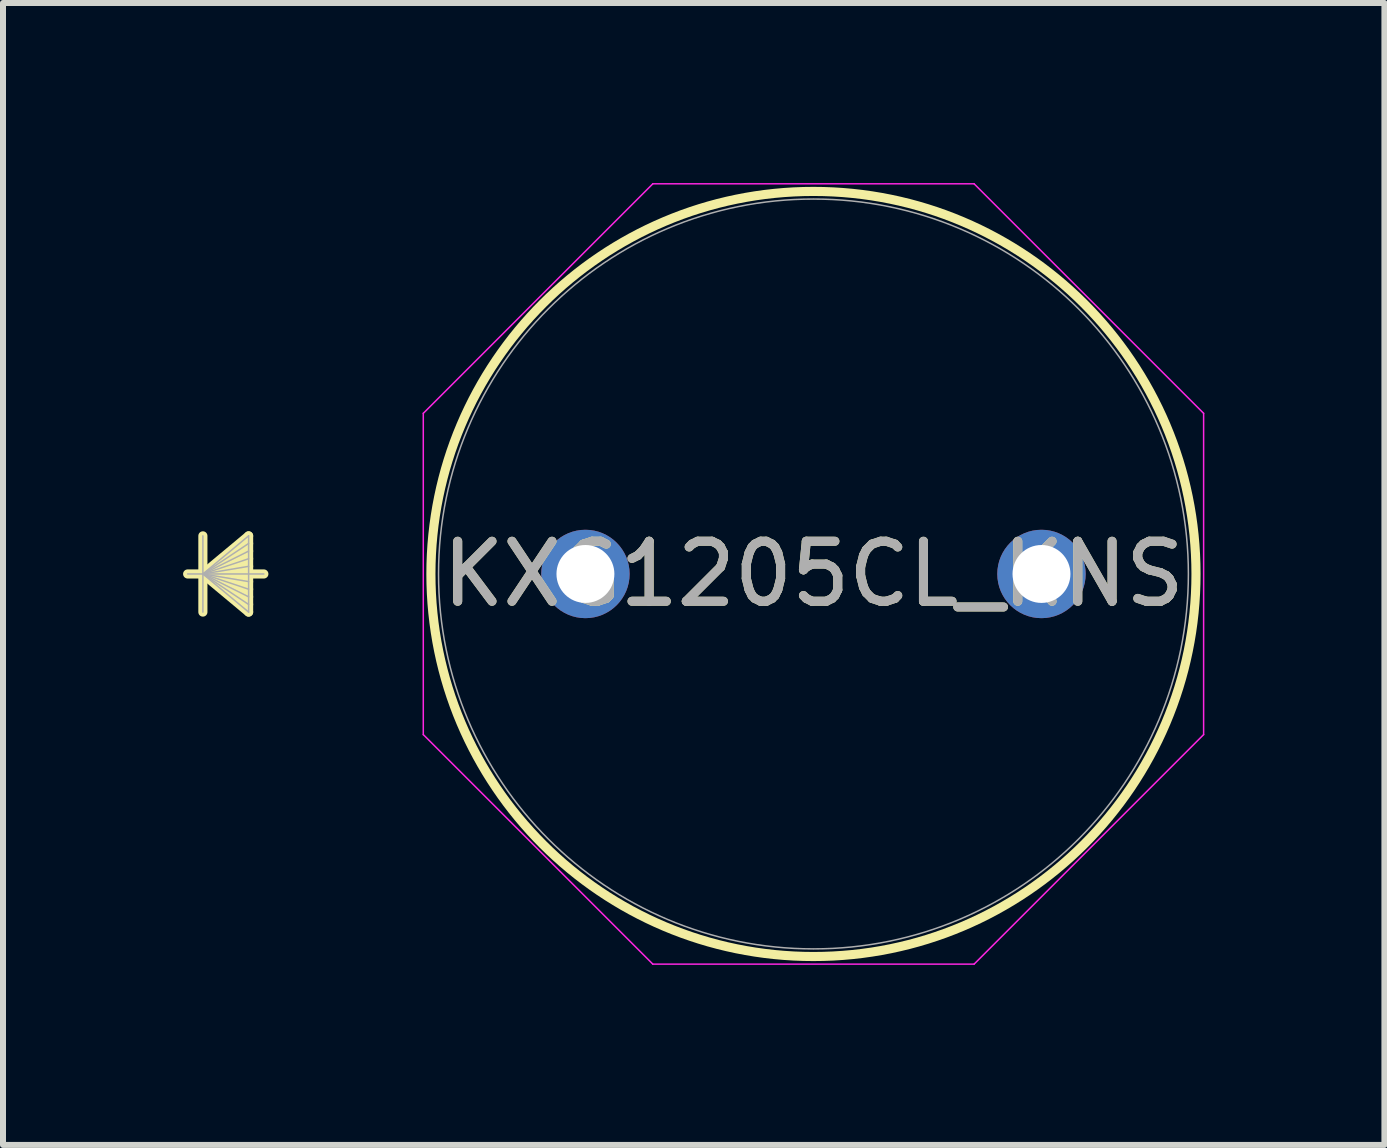
<source format=kicad_pcb>
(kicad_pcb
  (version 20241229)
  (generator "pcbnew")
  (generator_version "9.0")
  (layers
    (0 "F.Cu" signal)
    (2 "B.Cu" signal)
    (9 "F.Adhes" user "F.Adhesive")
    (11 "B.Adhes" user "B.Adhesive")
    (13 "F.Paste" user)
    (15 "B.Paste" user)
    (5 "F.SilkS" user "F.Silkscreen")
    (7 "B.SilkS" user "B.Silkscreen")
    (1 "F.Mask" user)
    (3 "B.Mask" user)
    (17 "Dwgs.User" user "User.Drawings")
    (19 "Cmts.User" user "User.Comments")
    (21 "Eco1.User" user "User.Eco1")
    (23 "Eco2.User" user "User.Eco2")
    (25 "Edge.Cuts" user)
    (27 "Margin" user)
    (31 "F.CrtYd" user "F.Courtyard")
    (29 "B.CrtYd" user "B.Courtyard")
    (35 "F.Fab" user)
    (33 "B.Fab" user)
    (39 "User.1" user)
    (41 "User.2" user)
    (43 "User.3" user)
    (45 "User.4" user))
  (footprint "KXG1205CL_KNS"
    (layer "F.Cu")
    (at 6.706 6.515)
    (property "Reference" "KXG1205CL_KNS" (at 3.8 0 0) (unlocked yes) (layer "F.SilkS") (effects (font (size 1 1) (thickness 0.15))))
    (attr through_hole)
    (fp_line (start -6.375 -0.635) (end -6.375 0.635) (stroke (width 0.152) (type solid)) (layer "F.SilkS"))
    (fp_line (start -6.375 0) (end -5.613 -0.635) (stroke (width 0.152) (type solid)) (layer "F.SilkS"))
    (fp_line (start -6.375 0) (end -5.613 -0.508) (stroke (width 0.152) (type solid)) (layer "F.SilkS"))
    (fp_line (start -6.375 0) (end -5.613 -0.381) (stroke (width 0.152) (type solid)) (layer "F.SilkS"))
    (fp_line (start -6.375 0) (end -5.613 -0.254) (stroke (width 0.152) (type solid)) (layer "F.SilkS"))
    (fp_line (start -6.375 0) (end -5.613 -0.127) (stroke (width 0.152) (type solid)) (layer "F.SilkS"))
    (fp_line (start -6.375 0) (end -5.613 0.127) (stroke (width 0.152) (type solid)) (layer "F.SilkS"))
    (fp_line (start -6.375 0) (end -5.613 0.254) (stroke (width 0.152) (type solid)) (layer "F.SilkS"))
    (fp_line (start -6.375 0) (end -5.613 0.381) (stroke (width 0.152) (type solid)) (layer "F.SilkS"))
    (fp_line (start -6.375 0) (end -5.613 0.508) (stroke (width 0.152) (type solid)) (layer "F.SilkS"))
    (fp_line (start -6.375 0) (end -5.613 0.635) (stroke (width 0.152) (type solid)) (layer "F.SilkS"))
    (fp_line (start -5.613 -0.635) (end -5.613 0.635) (stroke (width 0.152) (type solid)) (layer "F.SilkS"))
    (fp_line (start -5.359 0) (end -6.629 0) (stroke (width 0.152) (type solid)) (layer "F.SilkS"))
    (fp_circle (center 3.8 0) (end 10.175 0) (stroke (width 0.152) (type solid)) (fill no) (layer "F.SilkS"))
    (fp_line (start -2.702 -2.677) (end 1.123 -6.502) (stroke (width 0.025) (type solid)) (layer "F.CrtYd"))
    (fp_line (start -2.702 2.677) (end -2.702 -2.677) (stroke (width 0.025) (type solid)) (layer "F.CrtYd"))
    (fp_line (start 1.123 -6.502) (end 6.477 -6.502) (stroke (width 0.025) (type solid)) (layer "F.CrtYd"))
    (fp_line (start 1.123 6.502) (end -2.702 2.677) (stroke (width 0.025) (type solid)) (layer "F.CrtYd"))
    (fp_line (start 6.477 -6.502) (end 10.302 -2.677) (stroke (width 0.025) (type solid)) (layer "F.CrtYd"))
    (fp_line (start 6.477 6.502) (end 1.123 6.502) (stroke (width 0.025) (type solid)) (layer "F.CrtYd"))
    (fp_line (start 10.302 -2.677) (end 10.302 2.677) (stroke (width 0.025) (type solid)) (layer "F.CrtYd"))
    (fp_line (start 10.302 2.677) (end 6.477 6.502) (stroke (width 0.025) (type solid)) (layer "F.CrtYd"))
    (fp_line (start -6.375 -0.635) (end -6.375 0.635) (stroke (width 0.025) (type solid)) (layer "F.Fab"))
    (fp_line (start -6.375 0) (end -5.613 -0.635) (stroke (width 0.025) (type solid)) (layer "F.Fab"))
    (fp_line (start -6.375 0) (end -5.613 -0.508) (stroke (width 0.025) (type solid)) (layer "F.Fab"))
    (fp_line (start -6.375 0) (end -5.613 -0.381) (stroke (width 0.025) (type solid)) (layer "F.Fab"))
    (fp_line (start -6.375 0) (end -5.613 -0.254) (stroke (width 0.025) (type solid)) (layer "F.Fab"))
    (fp_line (start -6.375 0) (end -5.613 -0.127) (stroke (width 0.025) (type solid)) (layer "F.Fab"))
    (fp_line (start -6.375 0) (end -5.613 0.127) (stroke (width 0.025) (type solid)) (layer "F.Fab"))
    (fp_line (start -6.375 0) (end -5.613 0.254) (stroke (width 0.025) (type solid)) (layer "F.Fab"))
    (fp_line (start -6.375 0) (end -5.613 0.381) (stroke (width 0.025) (type solid)) (layer "F.Fab"))
    (fp_line (start -6.375 0) (end -5.613 0.508) (stroke (width 0.025) (type solid)) (layer "F.Fab"))
    (fp_line (start -6.375 0) (end -5.613 0.635) (stroke (width 0.025) (type solid)) (layer "F.Fab"))
    (fp_line (start -5.613 -0.635) (end -5.613 0.635) (stroke (width 0.025) (type solid)) (layer "F.Fab"))
    (fp_line (start -5.359 0) (end -6.629 0) (stroke (width 0.025) (type solid)) (layer "F.Fab"))
    (fp_circle (center 3.8 0) (end 10.048 0) (stroke (width 0.025) (type solid)) (fill no) (layer "F.Fab"))
    (fp_text user "${REFERENCE}" (at 3.8 0 0) (unlocked yes) (layer "F.Fab") (effects (font (size 1 1) (thickness 0.15))))
    (pad "1" thru_hole circle (at 0 0) (size 1.473 1.473) (drill 0.965) (layers "*.Cu" "*.Mask"))
    (pad "2" thru_hole circle (at 7.6 0) (size 1.473 1.473) (drill 0.965) (layers "*.Cu" "*.Mask")))
  (gr_rect
    (start -3 -3)
    (end 20.021 16.03)
    (stroke (width 0.1) (type default))
    (fill no)
    (layer "Edge.Cuts")))
</source>
